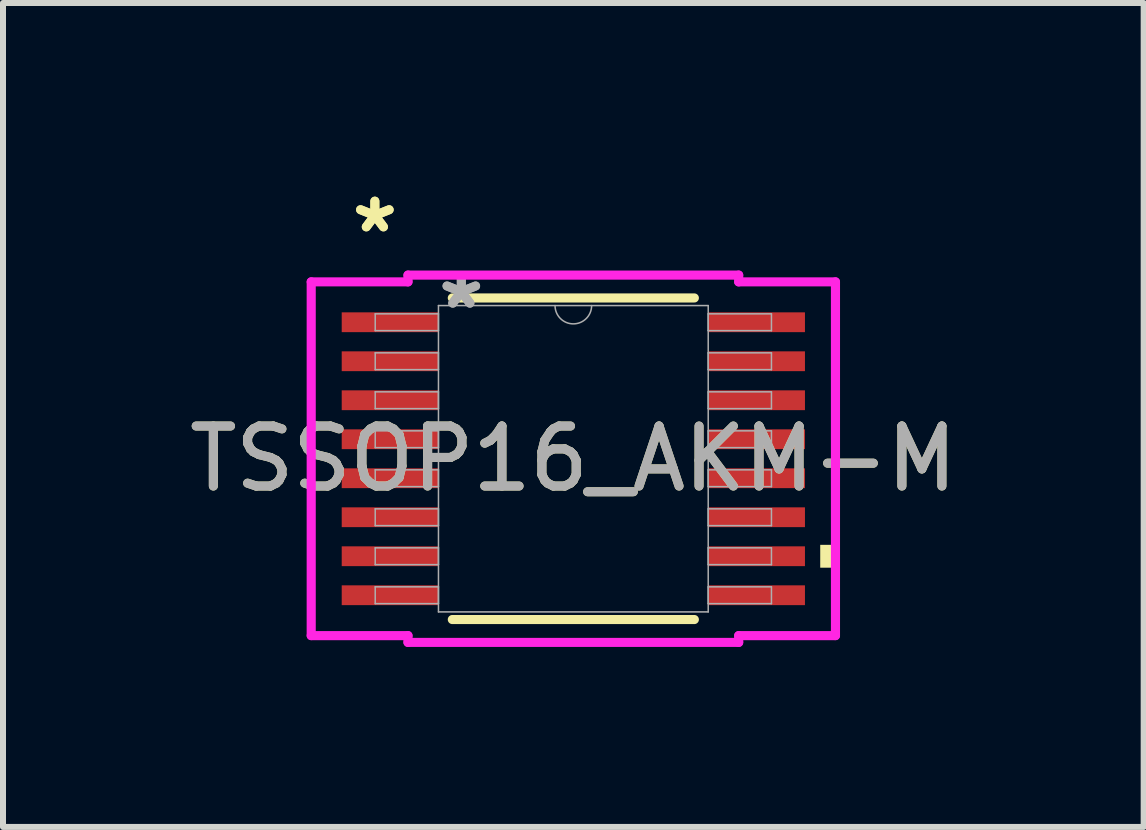
<source format=kicad_pcb>
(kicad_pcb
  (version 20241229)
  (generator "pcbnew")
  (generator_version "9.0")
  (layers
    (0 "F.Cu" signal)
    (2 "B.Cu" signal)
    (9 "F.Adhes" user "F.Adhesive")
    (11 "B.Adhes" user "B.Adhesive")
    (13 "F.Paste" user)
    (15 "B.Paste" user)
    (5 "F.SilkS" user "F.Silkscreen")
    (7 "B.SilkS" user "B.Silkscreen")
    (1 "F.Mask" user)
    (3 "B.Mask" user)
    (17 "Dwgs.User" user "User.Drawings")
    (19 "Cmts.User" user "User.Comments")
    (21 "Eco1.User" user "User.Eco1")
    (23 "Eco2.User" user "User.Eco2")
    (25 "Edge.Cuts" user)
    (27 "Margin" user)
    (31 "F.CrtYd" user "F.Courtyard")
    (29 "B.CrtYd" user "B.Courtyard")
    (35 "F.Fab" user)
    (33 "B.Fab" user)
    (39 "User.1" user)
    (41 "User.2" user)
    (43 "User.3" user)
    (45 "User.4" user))
  (footprint "TSSOP16_AKM-M"
    (layer "F.Cu")
    (at 6.506 4.596)
    (property "Reference" "TSSOP16_AKM-M" (at 0 0 0) (unlocked yes) (layer "F.SilkS") (effects (font (size 1 1) (thickness 0.15))))
    (attr smd)
    (fp_line (start -2.017 2.68) (end 2.017 2.68) (stroke (width 0.152) (type solid)) (layer "F.SilkS"))
    (fp_line (start 2.017 -2.68) (end -2.017 -2.68) (stroke (width 0.152) (type solid)) (layer "F.SilkS"))
    (fp_poly (pts (xy 4.369 1.435) (xy 4.369 1.816) (xy 4.115 1.816) (xy 4.115 1.435)) (stroke (width 0) (type solid)) (fill yes) (layer "F.SilkS"))
    (fp_line (start -4.369 -2.948) (end -2.756 -2.948) (stroke (width 0.152) (type solid)) (layer "F.CrtYd"))
    (fp_line (start -4.369 2.948) (end -4.369 -2.948) (stroke (width 0.152) (type solid)) (layer "F.CrtYd"))
    (fp_line (start -4.369 2.948) (end -2.756 2.948) (stroke (width 0.152) (type solid)) (layer "F.CrtYd"))
    (fp_line (start -2.756 -3.061) (end 2.756 -3.061) (stroke (width 0.152) (type solid)) (layer "F.CrtYd"))
    (fp_line (start -2.756 -2.948) (end -2.756 -3.061) (stroke (width 0.152) (type solid)) (layer "F.CrtYd"))
    (fp_line (start -2.756 3.061) (end -2.756 2.948) (stroke (width 0.152) (type solid)) (layer "F.CrtYd"))
    (fp_line (start 2.756 -3.061) (end 2.756 -2.948) (stroke (width 0.152) (type solid)) (layer "F.CrtYd"))
    (fp_line (start 2.756 2.948) (end 2.756 3.061) (stroke (width 0.152) (type solid)) (layer "F.CrtYd"))
    (fp_line (start 2.756 3.061) (end -2.756 3.061) (stroke (width 0.152) (type solid)) (layer "F.CrtYd"))
    (fp_line (start 4.369 -2.948) (end 2.756 -2.948) (stroke (width 0.152) (type solid)) (layer "F.CrtYd"))
    (fp_line (start 4.369 -2.948) (end 4.369 2.948) (stroke (width 0.152) (type solid)) (layer "F.CrtYd"))
    (fp_line (start 4.369 2.948) (end 2.756 2.948) (stroke (width 0.152) (type solid)) (layer "F.CrtYd"))
    (fp_line (start -3.302 -2.415) (end -3.302 -2.135) (stroke (width 0.025) (type solid)) (layer "F.Fab"))
    (fp_line (start -3.302 -2.135) (end -2.248 -2.135) (stroke (width 0.025) (type solid)) (layer "F.Fab"))
    (fp_line (start -3.302 -1.765) (end -3.302 -1.485) (stroke (width 0.025) (type solid)) (layer "F.Fab"))
    (fp_line (start -3.302 -1.485) (end -2.248 -1.485) (stroke (width 0.025) (type solid)) (layer "F.Fab"))
    (fp_line (start -3.302 -1.115) (end -3.302 -0.835) (stroke (width 0.025) (type solid)) (layer "F.Fab"))
    (fp_line (start -3.302 -0.835) (end -2.248 -0.835) (stroke (width 0.025) (type solid)) (layer "F.Fab"))
    (fp_line (start -3.302 -0.465) (end -3.302 -0.185) (stroke (width 0.025) (type solid)) (layer "F.Fab"))
    (fp_line (start -3.302 -0.185) (end -2.248 -0.185) (stroke (width 0.025) (type solid)) (layer "F.Fab"))
    (fp_line (start -3.302 0.185) (end -3.302 0.465) (stroke (width 0.025) (type solid)) (layer "F.Fab"))
    (fp_line (start -3.302 0.465) (end -2.248 0.465) (stroke (width 0.025) (type solid)) (layer "F.Fab"))
    (fp_line (start -3.302 0.835) (end -3.302 1.115) (stroke (width 0.025) (type solid)) (layer "F.Fab"))
    (fp_line (start -3.302 1.115) (end -2.248 1.115) (stroke (width 0.025) (type solid)) (layer "F.Fab"))
    (fp_line (start -3.302 1.485) (end -3.302 1.765) (stroke (width 0.025) (type solid)) (layer "F.Fab"))
    (fp_line (start -3.302 1.765) (end -2.248 1.765) (stroke (width 0.025) (type solid)) (layer "F.Fab"))
    (fp_line (start -3.302 2.135) (end -3.302 2.415) (stroke (width 0.025) (type solid)) (layer "F.Fab"))
    (fp_line (start -3.302 2.415) (end -2.248 2.415) (stroke (width 0.025) (type solid)) (layer "F.Fab"))
    (fp_line (start -2.248 -2.553) (end -2.248 2.553) (stroke (width 0.025) (type solid)) (layer "F.Fab"))
    (fp_line (start -2.248 -2.415) (end -3.302 -2.415) (stroke (width 0.025) (type solid)) (layer "F.Fab"))
    (fp_line (start -2.248 -2.135) (end -2.248 -2.415) (stroke (width 0.025) (type solid)) (layer "F.Fab"))
    (fp_line (start -2.248 -1.765) (end -3.302 -1.765) (stroke (width 0.025) (type solid)) (layer "F.Fab"))
    (fp_line (start -2.248 -1.485) (end -2.248 -1.765) (stroke (width 0.025) (type solid)) (layer "F.Fab"))
    (fp_line (start -2.248 -1.115) (end -3.302 -1.115) (stroke (width 0.025) (type solid)) (layer "F.Fab"))
    (fp_line (start -2.248 -0.835) (end -2.248 -1.115) (stroke (width 0.025) (type solid)) (layer "F.Fab"))
    (fp_line (start -2.248 -0.465) (end -3.302 -0.465) (stroke (width 0.025) (type solid)) (layer "F.Fab"))
    (fp_line (start -2.248 -0.185) (end -2.248 -0.465) (stroke (width 0.025) (type solid)) (layer "F.Fab"))
    (fp_line (start -2.248 0.185) (end -3.302 0.185) (stroke (width 0.025) (type solid)) (layer "F.Fab"))
    (fp_line (start -2.248 0.465) (end -2.248 0.185) (stroke (width 0.025) (type solid)) (layer "F.Fab"))
    (fp_line (start -2.248 0.835) (end -3.302 0.835) (stroke (width 0.025) (type solid)) (layer "F.Fab"))
    (fp_line (start -2.248 1.115) (end -2.248 0.835) (stroke (width 0.025) (type solid)) (layer "F.Fab"))
    (fp_line (start -2.248 1.485) (end -3.302 1.485) (stroke (width 0.025) (type solid)) (layer "F.Fab"))
    (fp_line (start -2.248 1.765) (end -2.248 1.485) (stroke (width 0.025) (type solid)) (layer "F.Fab"))
    (fp_line (start -2.248 2.135) (end -3.302 2.135) (stroke (width 0.025) (type solid)) (layer "F.Fab"))
    (fp_line (start -2.248 2.415) (end -2.248 2.135) (stroke (width 0.025) (type solid)) (layer "F.Fab"))
    (fp_line (start -2.248 2.553) (end 2.248 2.553) (stroke (width 0.025) (type solid)) (layer "F.Fab"))
    (fp_line (start 2.248 -2.553) (end -2.248 -2.553) (stroke (width 0.025) (type solid)) (layer "F.Fab"))
    (fp_line (start 2.248 -2.415) (end 2.248 -2.135) (stroke (width 0.025) (type solid)) (layer "F.Fab"))
    (fp_line (start 2.248 -2.135) (end 3.302 -2.135) (stroke (width 0.025) (type solid)) (layer "F.Fab"))
    (fp_line (start 2.248 -1.765) (end 2.248 -1.485) (stroke (width 0.025) (type solid)) (layer "F.Fab"))
    (fp_line (start 2.248 -1.485) (end 3.302 -1.485) (stroke (width 0.025) (type solid)) (layer "F.Fab"))
    (fp_line (start 2.248 -1.115) (end 2.248 -0.835) (stroke (width 0.025) (type solid)) (layer "F.Fab"))
    (fp_line (start 2.248 -0.835) (end 3.302 -0.835) (stroke (width 0.025) (type solid)) (layer "F.Fab"))
    (fp_line (start 2.248 -0.465) (end 2.248 -0.185) (stroke (width 0.025) (type solid)) (layer "F.Fab"))
    (fp_line (start 2.248 -0.185) (end 3.302 -0.185) (stroke (width 0.025) (type solid)) (layer "F.Fab"))
    (fp_line (start 2.248 0.185) (end 2.248 0.465) (stroke (width 0.025) (type solid)) (layer "F.Fab"))
    (fp_line (start 2.248 0.465) (end 3.302 0.465) (stroke (width 0.025) (type solid)) (layer "F.Fab"))
    (fp_line (start 2.248 0.835) (end 2.248 1.115) (stroke (width 0.025) (type solid)) (layer "F.Fab"))
    (fp_line (start 2.248 1.115) (end 3.302 1.115) (stroke (width 0.025) (type solid)) (layer "F.Fab"))
    (fp_line (start 2.248 1.485) (end 2.248 1.765) (stroke (width 0.025) (type solid)) (layer "F.Fab"))
    (fp_line (start 2.248 1.765) (end 3.302 1.765) (stroke (width 0.025) (type solid)) (layer "F.Fab"))
    (fp_line (start 2.248 2.135) (end 2.248 2.415) (stroke (width 0.025) (type solid)) (layer "F.Fab"))
    (fp_line (start 2.248 2.415) (end 3.302 2.415) (stroke (width 0.025) (type solid)) (layer "F.Fab"))
    (fp_line (start 2.248 2.553) (end 2.248 -2.553) (stroke (width 0.025) (type solid)) (layer "F.Fab"))
    (fp_line (start 3.302 -2.415) (end 2.248 -2.415) (stroke (width 0.025) (type solid)) (layer "F.Fab"))
    (fp_line (start 3.302 -2.135) (end 3.302 -2.415) (stroke (width 0.025) (type solid)) (layer "F.Fab"))
    (fp_line (start 3.302 -1.765) (end 2.248 -1.765) (stroke (width 0.025) (type solid)) (layer "F.Fab"))
    (fp_line (start 3.302 -1.485) (end 3.302 -1.765) (stroke (width 0.025) (type solid)) (layer "F.Fab"))
    (fp_line (start 3.302 -1.115) (end 2.248 -1.115) (stroke (width 0.025) (type solid)) (layer "F.Fab"))
    (fp_line (start 3.302 -0.835) (end 3.302 -1.115) (stroke (width 0.025) (type solid)) (layer "F.Fab"))
    (fp_line (start 3.302 -0.465) (end 2.248 -0.465) (stroke (width 0.025) (type solid)) (layer "F.Fab"))
    (fp_line (start 3.302 -0.185) (end 3.302 -0.465) (stroke (width 0.025) (type solid)) (layer "F.Fab"))
    (fp_line (start 3.302 0.185) (end 2.248 0.185) (stroke (width 0.025) (type solid)) (layer "F.Fab"))
    (fp_line (start 3.302 0.465) (end 3.302 0.185) (stroke (width 0.025) (type solid)) (layer "F.Fab"))
    (fp_line (start 3.302 0.835) (end 2.248 0.835) (stroke (width 0.025) (type solid)) (layer "F.Fab"))
    (fp_line (start 3.302 1.115) (end 3.302 0.835) (stroke (width 0.025) (type solid)) (layer "F.Fab"))
    (fp_line (start 3.302 1.485) (end 2.248 1.485) (stroke (width 0.025) (type solid)) (layer "F.Fab"))
    (fp_line (start 3.302 1.765) (end 3.302 1.485) (stroke (width 0.025) (type solid)) (layer "F.Fab"))
    (fp_line (start 3.302 2.135) (end 2.248 2.135) (stroke (width 0.025) (type solid)) (layer "F.Fab"))
    (fp_line (start 3.302 2.415) (end 3.302 2.135) (stroke (width 0.025) (type solid)) (layer "F.Fab"))
    (fp_arc (start 0.3048 -2.5527) (mid 0 -2.2479) (end -0.3048 -2.5527) (stroke (width 0.0254) (type solid)) (layer "F.Fab"))
    (fp_text user "*" (at -3.308 -3.748 0) (unlocked yes) (layer "F.SilkS") (effects (font (size 1 1) (thickness 0.15))))
    (fp_text user "*" (at -3.308 -3.748 0) (layer "F.SilkS") (effects (font (size 1 1) (thickness 0.15))))
    (fp_text user "*" (at -1.867 -2.477 0) (unlocked yes) (layer "F.Fab") (effects (font (size 1 1) (thickness 0.15))))
    (fp_text user "*" (at -1.867 -2.477 0) (layer "F.Fab") (effects (font (size 1 1) (thickness 0.15))))
    (fp_text user "${REFERENCE}" (at 0 0 0) (unlocked yes) (layer "F.Fab") (effects (font (size 1 1) (thickness 0.15))))
    (pad "1" smd rect (at -3.054 -2.275) (size 1.613 0.33) (layers "F.Cu" "F.Mask" "F.Paste"))
    (pad "2" smd rect (at -3.054 -1.625) (size 1.613 0.33) (layers "F.Cu" "F.Mask" "F.Paste"))
    (pad "3" smd rect (at -3.054 -0.975) (size 1.613 0.33) (layers "F.Cu" "F.Mask" "F.Paste"))
    (pad "4" smd rect (at -3.054 -0.325) (size 1.613 0.33) (layers "F.Cu" "F.Mask" "F.Paste"))
    (pad "5" smd rect (at -3.054 0.325) (size 1.613 0.33) (layers "F.Cu" "F.Mask" "F.Paste"))
    (pad "6" smd rect (at -3.054 0.975) (size 1.613 0.33) (layers "F.Cu" "F.Mask" "F.Paste"))
    (pad "7" smd rect (at -3.054 1.625) (size 1.613 0.33) (layers "F.Cu" "F.Mask" "F.Paste"))
    (pad "8" smd rect (at -3.054 2.275) (size 1.613 0.33) (layers "F.Cu" "F.Mask" "F.Paste"))
    (pad "9" smd rect (at 3.054 2.275) (size 1.613 0.33) (layers "F.Cu" "F.Mask" "F.Paste"))
    (pad "10" smd rect (at 3.054 1.625) (size 1.613 0.33) (layers "F.Cu" "F.Mask" "F.Paste"))
    (pad "11" smd rect (at 3.054 0.975) (size 1.613 0.33) (layers "F.Cu" "F.Mask" "F.Paste"))
    (pad "12" smd rect (at 3.054 0.325) (size 1.613 0.33) (layers "F.Cu" "F.Mask" "F.Paste"))
    (pad "13" smd rect (at 3.054 -0.325) (size 1.613 0.33) (layers "F.Cu" "F.Mask" "F.Paste"))
    (pad "14" smd rect (at 3.054 -0.975) (size 1.613 0.33) (layers "F.Cu" "F.Mask" "F.Paste"))
    (pad "15" smd rect (at 3.054 -1.625) (size 1.613 0.33) (layers "F.Cu" "F.Mask" "F.Paste"))
    (pad "16" smd rect (at 3.054 -2.275) (size 1.613 0.33) (layers "F.Cu" "F.Mask" "F.Paste")))
  (gr_rect
    (start -3 -3)
    (end 16.012 10.733)
    (stroke (width 0.1) (type default))
    (fill no)
    (layer "Edge.Cuts")))
</source>
